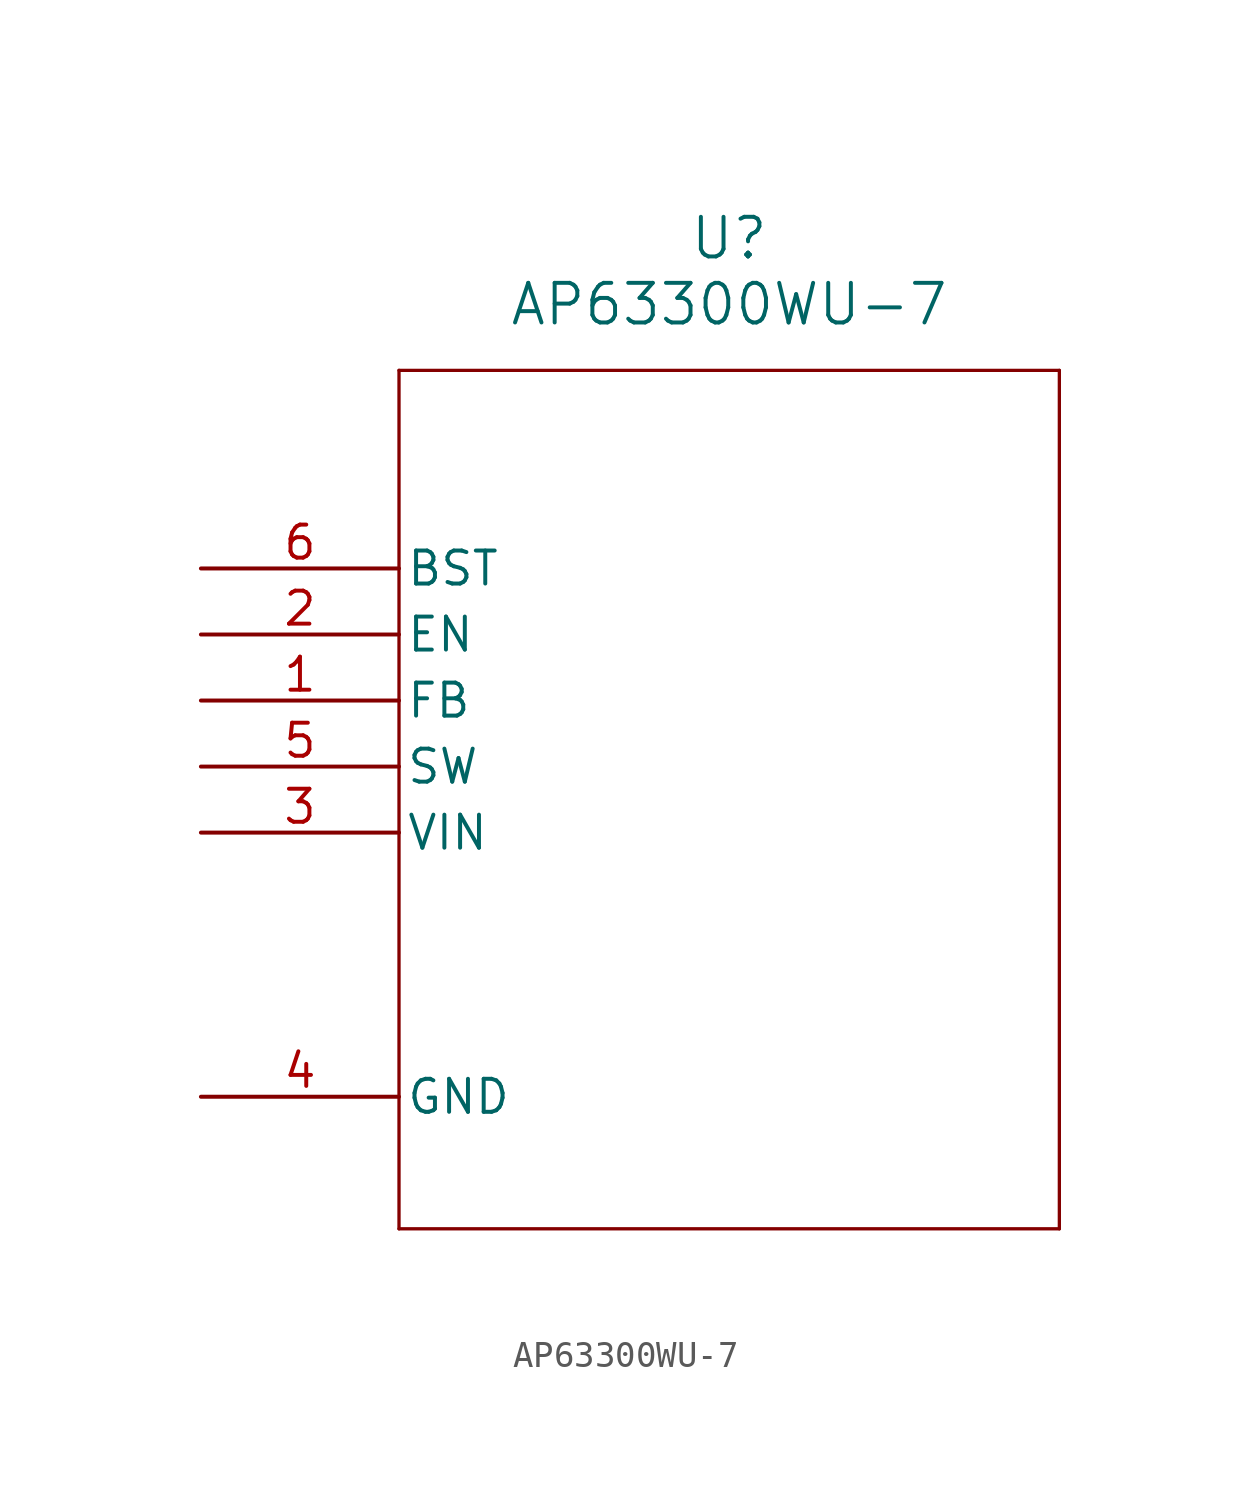
<source format=kicad_sym>
(kicad_symbol_lib
  (version 20211014)
  (generator kicad_symbol_editor)
  (symbol "AP63300WU-7"
    (pin_names
      (offset 0.254))
    (property "Reference" "U"
      (at 20.32 12.7 0)
      (effects (font (size 1.524 1.524))))
    (property "Value" "AP63300WU-7"
      (at 20.32 10.16 0)
      (effects (font (size 1.524 1.524))))
    (symbol "AP63300WU-7_0_1"
      (polyline (pts (xy 7.62 7.62) (xy 7.62 -25.4)) (stroke (width 0.127) (type default) (color 0 0 0 0)) (fill (type none)))
      (polyline (pts (xy 7.62 -25.4) (xy 33.02 -25.4)) (stroke (width 0.127) (type default) (color 0 0 0 0)) (fill (type none)))
      (polyline (pts (xy 33.02 -25.4) (xy 33.02 7.62)) (stroke (width 0.127) (type default) (color 0 0 0 0)) (fill (type none)))
      (polyline (pts (xy 33.02 7.62) (xy 7.62 7.62)) (stroke (width 0.127) (type default) (color 0 0 0 0)) (fill (type none)))
      (pin unspecified line (at 0 -5.08 0) (length 7.62) (name "FB" (effects (font (size 1.27 1.27)))) (number "1" (effects (font (size 1.27 1.27)))))
      (pin unspecified line (at 0 -2.54 0) (length 7.62) (name "EN" (effects (font (size 1.27 1.27)))) (number "2" (effects (font (size 1.27 1.27)))))
      (pin unspecified line (at 0 -10.16 0) (length 7.62) (name "VIN" (effects (font (size 1.27 1.27)))) (number "3" (effects (font (size 1.27 1.27)))))
      (pin power_out line (at 0 -20.32 0) (length 7.62) (name "GND" (effects (font (size 1.27 1.27)))) (number "4" (effects (font (size 1.27 1.27)))))
      (pin unspecified line (at 0 -7.62 0) (length 7.62) (name "SW" (effects (font (size 1.27 1.27)))) (number "5" (effects (font (size 1.27 1.27)))))
      (pin unspecified line (at 0 0 0) (length 7.62) (name "BST" (effects (font (size 1.27 1.27)))) (number "6" (effects (font (size 1.27 1.27))))))))
</source>
